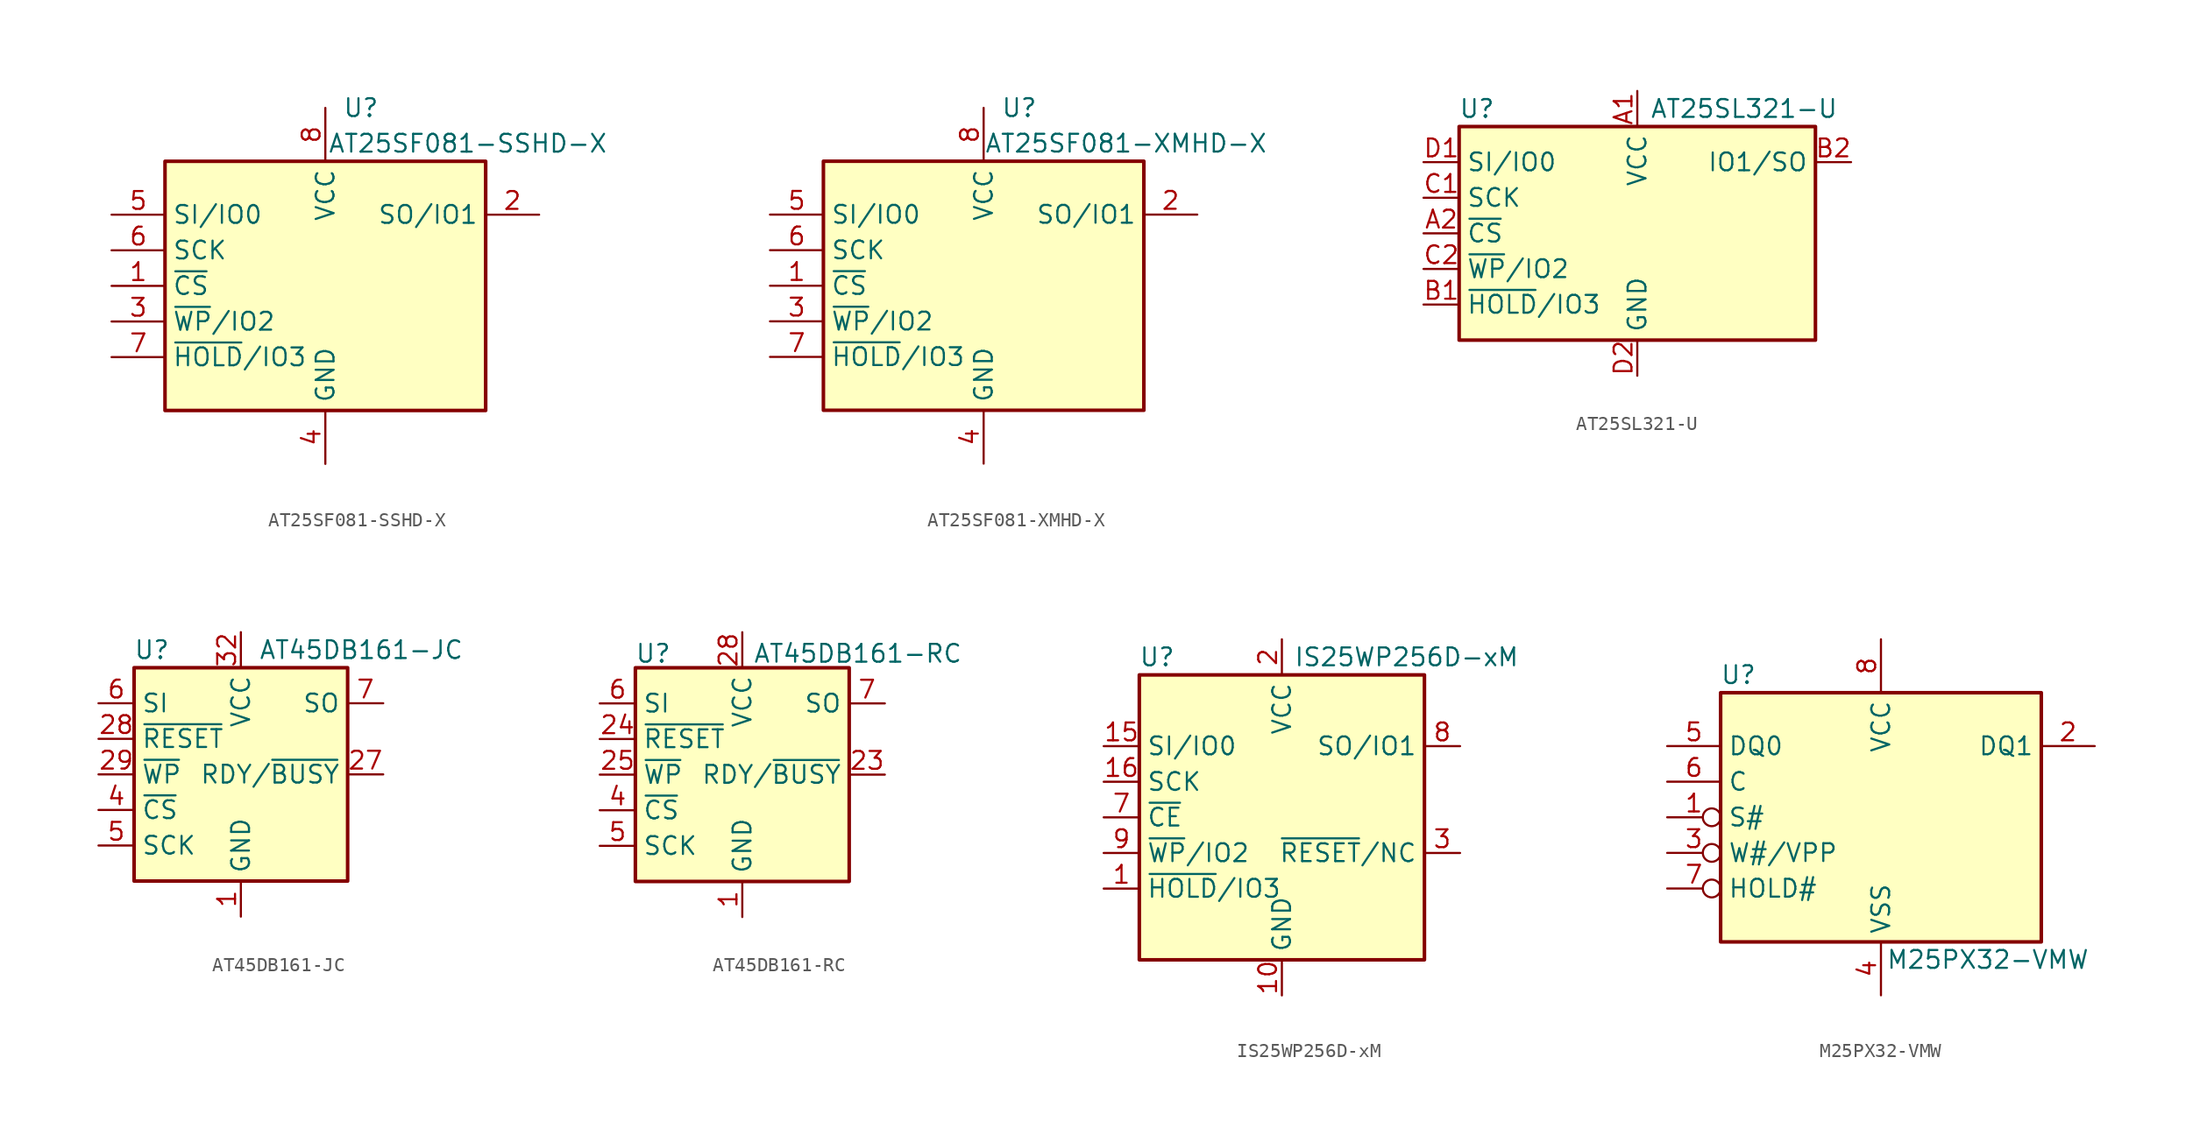
<source format=kicad_sym>
(kicad_symbol_lib
  (version 20211014)
  (generator kicad_symbol_editor)
  (symbol "AT25SF081-SSHD-X"
    (property "Reference" "U"
      (at 2.54 12.7 0)
      (effects (font (size 1.27 1.27))))
    (property "Value" "AT25SF081-SSHD-X"
      (at 10.16 10.16 0)
      (effects (font (size 1.27 1.27))))
    (symbol "AT25SF081-SSHD-X_1_1"
      (rectangle (start -11.43 8.89) (end 11.43 -8.89) (stroke (width 0.254) (type default) (color 0 0 0 0)) (fill (type background)))
      (pin input line (at -15.24 0 0) (length 3.81) (name "~{CS}" (effects (font (size 1.27 1.27)))) (number "1" (effects (font (size 1.27 1.27)))))
      (pin bidirectional line (at 15.24 5.08 180) (length 3.81) (name "SO/IO1" (effects (font (size 1.27 1.27)))) (number "2" (effects (font (size 1.27 1.27)))))
      (pin bidirectional line (at -15.24 -2.54 0) (length 3.81) (name "~{WP}/IO2" (effects (font (size 1.27 1.27)))) (number "3" (effects (font (size 1.27 1.27)))))
      (pin power_in line (at 0 -12.7 90) (length 3.81) (name "GND" (effects (font (size 1.27 1.27)))) (number "4" (effects (font (size 1.27 1.27)))))
      (pin bidirectional line (at -15.24 5.08 0) (length 3.81) (name "SI/IO0" (effects (font (size 1.27 1.27)))) (number "5" (effects (font (size 1.27 1.27)))))
      (pin input line (at -15.24 2.54 0) (length 3.81) (name "SCK" (effects (font (size 1.27 1.27)))) (number "6" (effects (font (size 1.27 1.27)))))
      (pin bidirectional line (at -15.24 -5.08 0) (length 3.81) (name "~{HOLD}/IO3" (effects (font (size 1.27 1.27)))) (number "7" (effects (font (size 1.27 1.27)))))
      (pin power_in line (at 0 12.7 270) (length 3.81) (name "VCC" (effects (font (size 1.27 1.27)))) (number "8" (effects (font (size 1.27 1.27)))))))
  (symbol "AT25SF081-XMHD-X"
    (property "Reference" "U"
      (at 2.54 12.7 0)
      (effects (font (size 1.27 1.27))))
    (property "Value" "AT25SF081-XMHD-X"
      (at 10.16 10.16 0)
      (effects (font (size 1.27 1.27))))
    (symbol "AT25SF081-XMHD-X_1_1"
      (rectangle (start -11.43 8.89) (end 11.43 -8.89) (stroke (width 0.254) (type default) (color 0 0 0 0)) (fill (type background)))
      (pin input line (at -15.24 0 0) (length 3.81) (name "~{CS}" (effects (font (size 1.27 1.27)))) (number "1" (effects (font (size 1.27 1.27)))))
      (pin bidirectional line (at 15.24 5.08 180) (length 3.81) (name "SO/IO1" (effects (font (size 1.27 1.27)))) (number "2" (effects (font (size 1.27 1.27)))))
      (pin bidirectional line (at -15.24 -2.54 0) (length 3.81) (name "~{WP}/IO2" (effects (font (size 1.27 1.27)))) (number "3" (effects (font (size 1.27 1.27)))))
      (pin power_in line (at 0 -12.7 90) (length 3.81) (name "GND" (effects (font (size 1.27 1.27)))) (number "4" (effects (font (size 1.27 1.27)))))
      (pin bidirectional line (at -15.24 5.08 0) (length 3.81) (name "SI/IO0" (effects (font (size 1.27 1.27)))) (number "5" (effects (font (size 1.27 1.27)))))
      (pin input line (at -15.24 2.54 0) (length 3.81) (name "SCK" (effects (font (size 1.27 1.27)))) (number "6" (effects (font (size 1.27 1.27)))))
      (pin bidirectional line (at -15.24 -5.08 0) (length 3.81) (name "~{HOLD}/IO3" (effects (font (size 1.27 1.27)))) (number "7" (effects (font (size 1.27 1.27)))))
      (pin power_in line (at 0 12.7 270) (length 3.81) (name "VCC" (effects (font (size 1.27 1.27)))) (number "8" (effects (font (size 1.27 1.27)))))))
  (symbol "AT25SL321-U"
    (property "Reference" "U"
      (at -11.43 8.89 0)
      (effects (font (size 1.27 1.27))))
    (property "Value" "AT25SL321-U"
      (at 7.62 8.89 0)
      (effects (font (size 1.27 1.27))))
    (symbol "AT25SL321-U_1_1"
      (rectangle (start -12.7 7.62) (end 12.7 -7.62) (stroke (width 0.254) (type default) (color 0 0 0 0)) (fill (type background)))
      (pin power_in line (at 0 10.16 270) (length 2.54) (name "VCC" (effects (font (size 1.27 1.27)))) (number "A1" (effects (font (size 1.27 1.27)))))
      (pin input line (at -15.24 0 0) (length 2.54) (name "~{CS}" (effects (font (size 1.27 1.27)))) (number "A2" (effects (font (size 1.27 1.27)))))
      (pin bidirectional line (at -15.24 -5.08 0) (length 2.54) (name "~{HOLD}/IO3" (effects (font (size 1.27 1.27)))) (number "B1" (effects (font (size 1.27 1.27)))))
      (pin bidirectional line (at 15.24 5.08 180) (length 2.54) (name "IO1/SO" (effects (font (size 1.27 1.27)))) (number "B2" (effects (font (size 1.27 1.27)))))
      (pin input line (at -15.24 2.54 0) (length 2.54) (name "SCK" (effects (font (size 1.27 1.27)))) (number "C1" (effects (font (size 1.27 1.27)))))
      (pin bidirectional line (at -15.24 -2.54 0) (length 2.54) (name "~{WP}/IO2" (effects (font (size 1.27 1.27)))) (number "C2" (effects (font (size 1.27 1.27)))))
      (pin bidirectional line (at -15.24 5.08 0) (length 2.54) (name "SI/IO0" (effects (font (size 1.27 1.27)))) (number "D1" (effects (font (size 1.27 1.27)))))
      (pin power_in line (at 0 -10.16 90) (length 2.54) (name "GND" (effects (font (size 1.27 1.27)))) (number "D2" (effects (font (size 1.27 1.27)))))))
  (symbol "AT45DB161-JC"
    (property "Reference" "U"
      (at -6.35 8.89 0)
      (effects (font (size 1.27 1.27))))
    (property "Value" "AT45DB161-JC"
      (at 1.27 8.89 0)
      (effects (font (size 1.27 1.27)) (justify left)))
    (symbol "AT45DB161-JC_0_1"
      (rectangle (start -7.62 7.62) (end 7.62 -7.62) (stroke (width 0.254) (type default) (color 0 0 0 0)) (fill (type background))))
    (symbol "AT45DB161-JC_1_1"
      (pin power_in line (at 0 -10.16 90) (length 2.54) (name "GND" (effects (font (size 1.27 1.27)))) (number "1" (effects (font (size 1.27 1.27)))))
      (pin output line (at 10.16 0 180) (length 2.54) (name "RDY/~{BUSY}" (effects (font (size 1.27 1.27)))) (number "27" (effects (font (size 1.27 1.27)))))
      (pin input line (at -10.16 2.54 0) (length 2.54) (name "~{RESET}" (effects (font (size 1.27 1.27)))) (number "28" (effects (font (size 1.27 1.27)))))
      (pin input line (at -10.16 0 0) (length 2.54) (name "~{WP}" (effects (font (size 1.27 1.27)))) (number "29" (effects (font (size 1.27 1.27)))))
      (pin power_in line (at 0 10.16 270) (length 2.54) (name "VCC" (effects (font (size 1.27 1.27)))) (number "32" (effects (font (size 1.27 1.27)))))
      (pin input line (at -10.16 -2.54 0) (length 2.54) (name "~{CS}" (effects (font (size 1.27 1.27)))) (number "4" (effects (font (size 1.27 1.27)))))
      (pin input line (at -10.16 -5.08 0) (length 2.54) (name "SCK" (effects (font (size 1.27 1.27)))) (number "5" (effects (font (size 1.27 1.27)))))
      (pin input line (at -10.16 5.08 0) (length 2.54) (name "SI" (effects (font (size 1.27 1.27)))) (number "6" (effects (font (size 1.27 1.27)))))
      (pin output line (at 10.16 5.08 180) (length 2.54) (name "SO" (effects (font (size 1.27 1.27)))) (number "7" (effects (font (size 1.27 1.27)))))))
  (symbol "AT45DB161-RC"
    (property "Reference" "U"
      (at -6.35 8.636 0)
      (effects (font (size 1.27 1.27))))
    (property "Value" "AT45DB161-RC"
      (at 0.762 8.636 0)
      (effects (font (size 1.27 1.27)) (justify left)))
    (symbol "AT45DB161-RC_0_1"
      (rectangle (start -7.62 7.62) (end 7.62 -7.62) (stroke (width 0.254) (type default) (color 0 0 0 0)) (fill (type background))))
    (symbol "AT45DB161-RC_1_1"
      (pin power_in line (at 0 -10.16 90) (length 2.54) (name "GND" (effects (font (size 1.27 1.27)))) (number "1" (effects (font (size 1.27 1.27)))))
      (pin output line (at 10.16 0 180) (length 2.54) (name "RDY/~{BUSY}" (effects (font (size 1.27 1.27)))) (number "23" (effects (font (size 1.27 1.27)))))
      (pin input line (at -10.16 2.54 0) (length 2.54) (name "~{RESET}" (effects (font (size 1.27 1.27)))) (number "24" (effects (font (size 1.27 1.27)))))
      (pin input line (at -10.16 0 0) (length 2.54) (name "~{WP}" (effects (font (size 1.27 1.27)))) (number "25" (effects (font (size 1.27 1.27)))))
      (pin power_in line (at 0 10.16 270) (length 2.54) (name "VCC" (effects (font (size 1.27 1.27)))) (number "28" (effects (font (size 1.27 1.27)))))
      (pin input line (at -10.16 -2.54 0) (length 2.54) (name "~{CS}" (effects (font (size 1.27 1.27)))) (number "4" (effects (font (size 1.27 1.27)))))
      (pin input line (at -10.16 -5.08 0) (length 2.54) (name "SCK" (effects (font (size 1.27 1.27)))) (number "5" (effects (font (size 1.27 1.27)))))
      (pin input line (at -10.16 5.08 0) (length 2.54) (name "SI" (effects (font (size 1.27 1.27)))) (number "6" (effects (font (size 1.27 1.27)))))
      (pin output line (at 10.16 5.08 180) (length 2.54) (name "SO" (effects (font (size 1.27 1.27)))) (number "7" (effects (font (size 1.27 1.27)))))))
  (symbol "IS25WP256D-xM"
    (property "Reference" "U"
      (at -8.89 11.43 0)
      (effects (font (size 1.27 1.27))))
    (property "Value" "IS25WP256D-xM"
      (at 8.89 11.43 0)
      (effects (font (size 1.27 1.27))))
    (symbol "IS25WP256D-xM_0_1"
      (rectangle (start 10.16 -10.16) (end -10.16 10.16) (stroke (width 0.254) (type default) (color 0 0 0 0)) (fill (type background)))
      (pin bidirectional line (at -12.7 -5.08 0) (length 2.54) (name "~{HOLD}/IO3" (effects (font (size 1.27 1.27)))) (number "1" (effects (font (size 1.27 1.27)))))
      (pin power_in line (at 0 -12.7 90) (length 2.54) (name "GND" (effects (font (size 1.27 1.27)))) (number "10" (effects (font (size 1.27 1.27)))))
      (pin no_connect line (at 10.16 0 180) (length 2.54) hide (name "NC" (effects (font (size 1.27 1.27)))) (number "11" (effects (font (size 1.27 1.27)))))
      (pin no_connect line (at 10.16 -5.08 180) (length 2.54) hide (name "NC" (effects (font (size 1.27 1.27)))) (number "12" (effects (font (size 1.27 1.27)))))
      (pin no_connect line (at 10.16 7.62 180) (length 2.54) hide (name "NC" (effects (font (size 1.27 1.27)))) (number "13" (effects (font (size 1.27 1.27)))))
      (pin no_connect line (at 10.16 -7.62 180) (length 2.54) hide (name "NC" (effects (font (size 1.27 1.27)))) (number "14" (effects (font (size 1.27 1.27)))))
      (pin bidirectional line (at -12.7 5.08 0) (length 2.54) (name "SI/IO0" (effects (font (size 1.27 1.27)))) (number "15" (effects (font (size 1.27 1.27)))))
      (pin input line (at -12.7 2.54 0) (length 2.54) (name "SCK" (effects (font (size 1.27 1.27)))) (number "16" (effects (font (size 1.27 1.27)))))
      (pin power_in line (at 0 12.7 270) (length 2.54) (name "VCC" (effects (font (size 1.27 1.27)))) (number "2" (effects (font (size 1.27 1.27)))))
      (pin input line (at 12.7 -2.54 180) (length 2.54) (name "~{RESET}/NC" (effects (font (size 1.27 1.27)))) (number "3" (effects (font (size 1.27 1.27)))))
      (pin no_connect line (at -10.16 7.62 0) (length 2.54) hide (name "NC" (effects (font (size 1.27 1.27)))) (number "4" (effects (font (size 1.27 1.27)))))
      (pin no_connect line (at -10.16 -7.62 0) (length 2.54) hide (name "NC" (effects (font (size 1.27 1.27)))) (number "5" (effects (font (size 1.27 1.27)))))
      (pin no_connect line (at 10.16 2.54 180) (length 2.54) hide (name "NC" (effects (font (size 1.27 1.27)))) (number "6" (effects (font (size 1.27 1.27)))))
      (pin input line (at -12.7 0 0) (length 2.54) (name "~{CE}" (effects (font (size 1.27 1.27)))) (number "7" (effects (font (size 1.27 1.27)))))
      (pin bidirectional line (at 12.7 5.08 180) (length 2.54) (name "SO/IO1" (effects (font (size 1.27 1.27)))) (number "8" (effects (font (size 1.27 1.27)))))
      (pin bidirectional line (at -12.7 -2.54 0) (length 2.54) (name "~{WP}/IO2" (effects (font (size 1.27 1.27)))) (number "9" (effects (font (size 1.27 1.27)))))))
  (symbol "M25PX32-VMW"
    (property "Reference" "U"
      (at -10.16 10.16 0)
      (effects (font (size 1.27 1.27))))
    (property "Value" "M25PX32-VMW"
      (at 7.62 -10.16 0)
      (effects (font (size 1.27 1.27))))
    (symbol "M25PX32-VMW_0_1"
      (rectangle (start -11.43 8.89) (end 11.43 -8.89) (stroke (width 0.254) (type default) (color 0 0 0 0)) (fill (type background))))
    (symbol "M25PX32-VMW_1_1"
      (pin input inverted (at -15.24 0 0) (length 3.81) (name "S#" (effects (font (size 1.27 1.27)))) (number "1" (effects (font (size 1.27 1.27)))))
      (pin bidirectional line (at 15.24 5.08 180) (length 3.81) (name "DQ1" (effects (font (size 1.27 1.27)))) (number "2" (effects (font (size 1.27 1.27)))))
      (pin input inverted (at -15.24 -2.54 0) (length 3.81) (name "W#/VPP" (effects (font (size 1.27 1.27)))) (number "3" (effects (font (size 1.27 1.27)))))
      (pin power_in line (at 0 -12.7 90) (length 3.81) (name "VSS" (effects (font (size 1.27 1.27)))) (number "4" (effects (font (size 1.27 1.27)))))
      (pin bidirectional line (at -15.24 5.08 0) (length 3.81) (name "DQ0" (effects (font (size 1.27 1.27)))) (number "5" (effects (font (size 1.27 1.27)))))
      (pin input line (at -15.24 2.54 0) (length 3.81) (name "C" (effects (font (size 1.27 1.27)))) (number "6" (effects (font (size 1.27 1.27)))))
      (pin input inverted (at -15.24 -5.08 0) (length 3.81) (name "HOLD#" (effects (font (size 1.27 1.27)))) (number "7" (effects (font (size 1.27 1.27)))))
      (pin power_in line (at 0 12.7 270) (length 3.81) (name "VCC" (effects (font (size 1.27 1.27)))) (number "8" (effects (font (size 1.27 1.27))))))))
</source>
